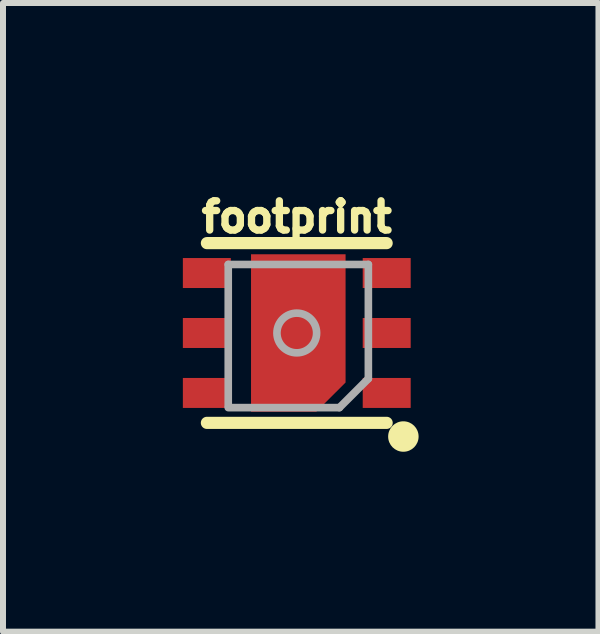
<source format=kicad_pcb>
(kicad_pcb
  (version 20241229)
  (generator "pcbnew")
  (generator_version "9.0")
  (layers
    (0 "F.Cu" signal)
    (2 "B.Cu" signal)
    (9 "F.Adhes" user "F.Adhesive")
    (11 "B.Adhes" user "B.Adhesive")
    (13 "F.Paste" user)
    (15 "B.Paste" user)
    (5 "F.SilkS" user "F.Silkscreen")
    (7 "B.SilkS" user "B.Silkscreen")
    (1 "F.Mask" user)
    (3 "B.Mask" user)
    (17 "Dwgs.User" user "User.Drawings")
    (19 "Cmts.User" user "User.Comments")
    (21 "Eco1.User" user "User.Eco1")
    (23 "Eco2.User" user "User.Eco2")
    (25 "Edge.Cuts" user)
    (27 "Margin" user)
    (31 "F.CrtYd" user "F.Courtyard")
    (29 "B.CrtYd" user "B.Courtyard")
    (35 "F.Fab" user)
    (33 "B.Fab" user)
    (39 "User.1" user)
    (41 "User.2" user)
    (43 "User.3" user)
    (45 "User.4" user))
  (footprint "footprint"
    (layer "F.Cu")
    (at 1.9 2.504)
    (property "Reference" "footprint" (at 0 -1.651 0) (layer "F.SilkS") (effects (font (size 0.488 0.488) (thickness 0.122)) (justify bottom)))
    (fp_poly (pts (xy 0.814 0.826) (xy 0.326 1.313) (xy -0.763 1.313) (xy -0.763 -1.313) (xy 0.814 -1.313)) (stroke (width 0) (type solid)) (fill yes) (layer "F.Cu"))
    (fp_poly (pts (xy 0.888 0.876) (xy 0.401 1.363) (xy -0.839 1.363) (xy -0.839 -1.389) (xy 0.888 -1.389)) (stroke (width 0) (type solid)) (fill yes) (layer "F.Mask"))
    (fp_line (start -1.499 -1.499) (end 1.499 -1.499) (stroke (width 0.203) (type solid)) (layer "F.SilkS"))
    (fp_line (start -1.499 1.499) (end 1.499 1.499) (stroke (width 0.203) (type solid)) (layer "F.SilkS"))
    (fp_circle (center 1.778 1.727) (end 1.905 1.727) (stroke (width 0.254) (type solid)) (fill yes) (layer "F.SilkS"))
    (fp_poly (pts (xy 0.614 0.676) (xy 0.126 1.163) (xy -0.614 1.163) (xy -0.614 -1.113) (xy 0.614 -1.113)) (stroke (width 0) (type solid)) (fill yes) (layer "F.Paste"))
    (fp_line (start -1.143 -1.143) (end 1.194 -1.143) (stroke (width 0.127) (type solid)) (layer "F.Fab"))
    (fp_line (start -1.143 1.219) (end -1.143 -1.143) (stroke (width 0.127) (type solid)) (layer "F.Fab"))
    (fp_line (start 0.711 1.245) (end -1.143 1.245) (stroke (width 0.127) (type solid)) (layer "F.Fab"))
    (fp_line (start 1.194 -1.143) (end 1.194 0.762) (stroke (width 0.127) (type solid)) (layer "F.Fab"))
    (fp_line (start 1.194 0.762) (end 0.711 1.245) (stroke (width 0.127) (type solid)) (layer "F.Fab"))
    (fp_circle (center 0 0) (end 0.331 0) (stroke (width 0.127) (type solid)) (fill no) (layer "F.Fab"))
    (pad "7" smd rect (at 0 0) (size 0.2 0.2) (layers "F.Cu" "F.Mask" "F.Paste"))
    (pad "DATA" smd rect (at 1.5 1 270) (size 0.5 0.8) (layers "F.Cu" "F.Mask" "F.Paste"))
    (pad "GND" smd rect (at 1.5 0 270) (size 0.5 0.8) (layers "F.Cu" "F.Mask" "F.Paste"))
    (pad "NC@3" smd rect (at 1.5 -1 270) (size 0.5 0.8) (layers "F.Cu" "F.Mask" "F.Paste"))
    (pad "NC@4" smd rect (at -1.5 -1 270) (size 0.5 0.8) (layers "F.Cu" "F.Mask" "F.Paste"))
    (pad "SCK" smd rect (at -1.5 1 270) (size 0.5 0.8) (layers "F.Cu" "F.Mask" "F.Paste"))
    (pad "VDD" smd rect (at -1.5 0 270) (size 0.5 0.8) (layers "F.Cu" "F.Mask" "F.Paste")))
  (gr_rect
    (start -3 -3)
    (end 6.932 7.486)
    (stroke (width 0.1) (type default))
    (fill no)
    (layer "Edge.Cuts")))
</source>
